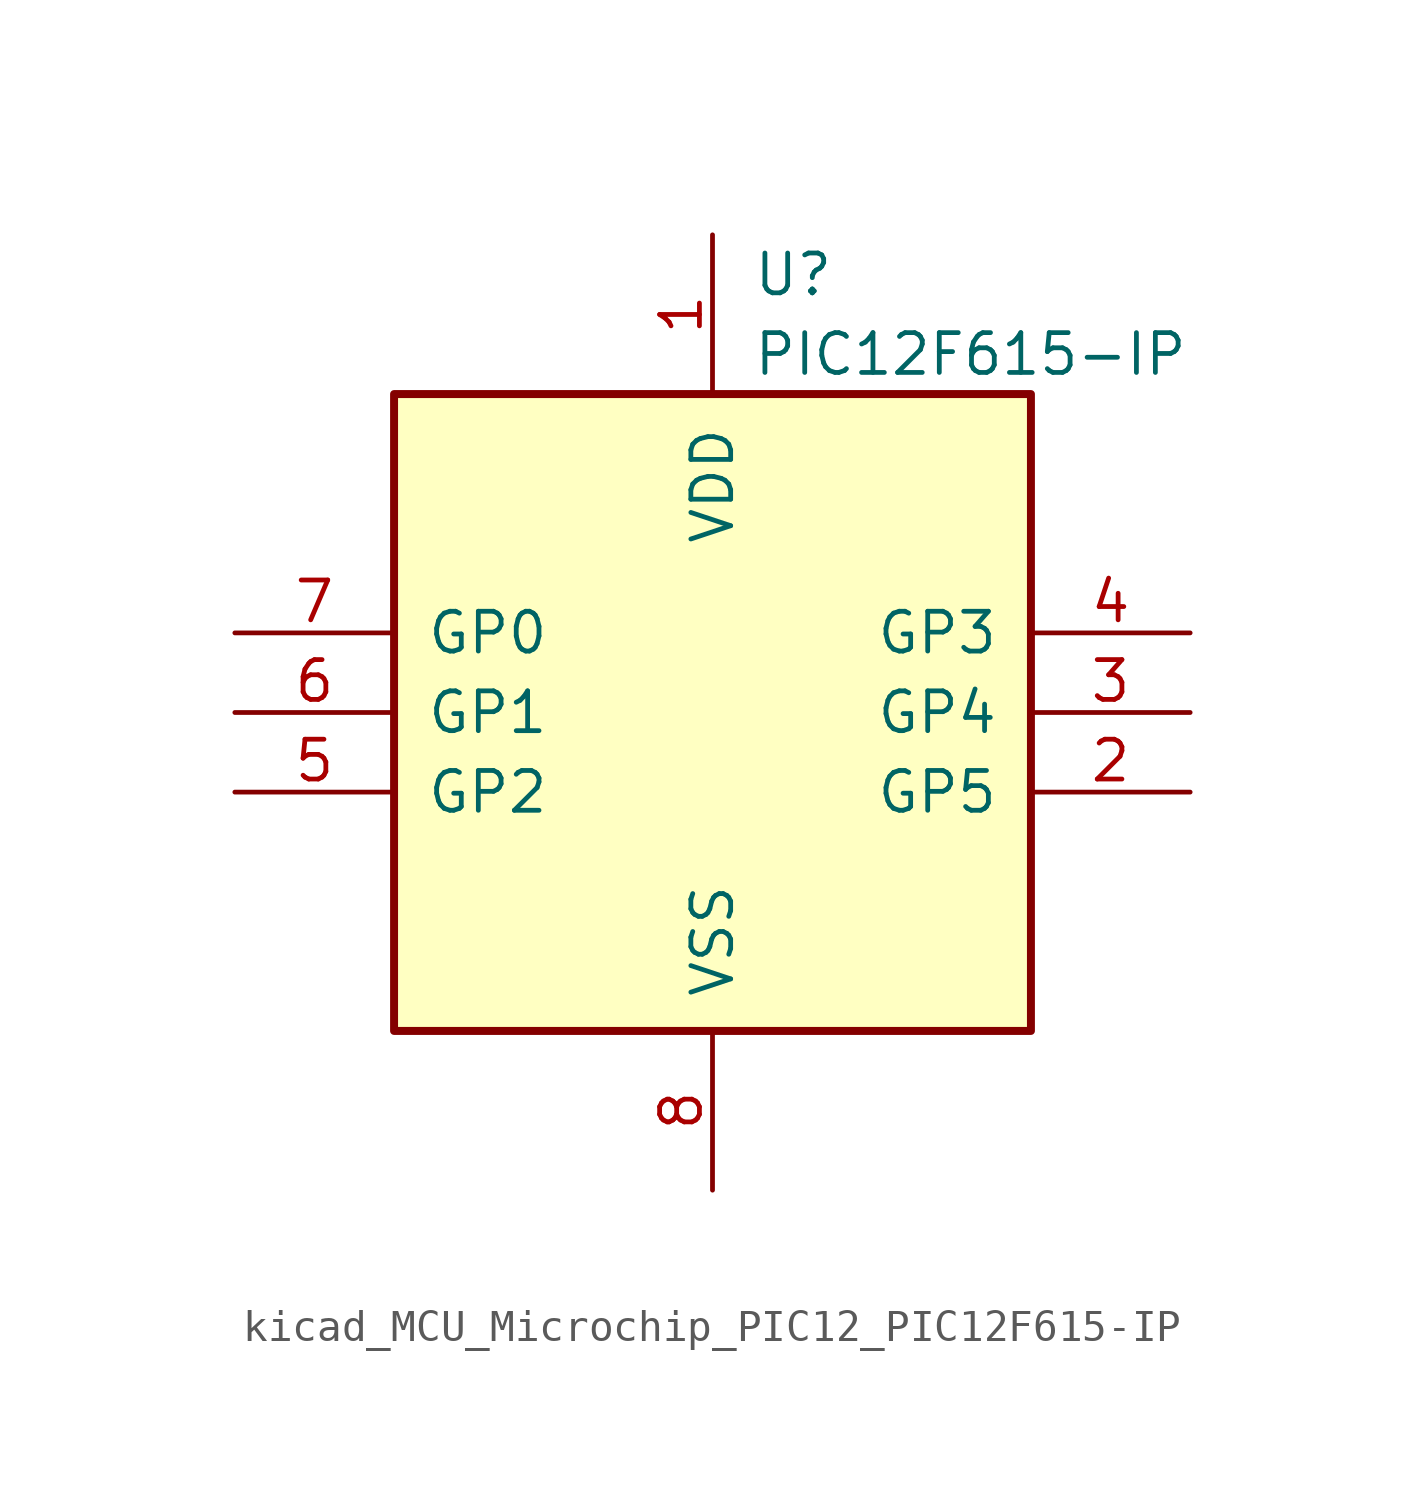
<source format=kicad_sym>
(kicad_symbol_lib
  (version 20220914)
  (generator kicad_symbol_editor)
  (symbol "kicad_MCU_Microchip_PIC12_PIC12F615-IP"
    (pin_names
      (offset 1.016))
    (property "Reference" "U"
      (at 1.27 13.97 0)
      (effects (font (size 1.27 1.27)) (justify left)))
    (property "Value" "PIC12F615-IP"
      (at 1.27 11.43 0)
      (effects (font (size 1.27 1.27)) (justify left)))
    (symbol "kicad_MCU_Microchip_PIC12_PIC12F615-IP_0_1"
      (rectangle (start 10.16 -10.16) (end -10.16 10.16) (stroke (width 0.254) (type default)) (fill (type background))))
    (symbol "kicad_MCU_Microchip_PIC12_PIC12F615-IP_1_1"
      (pin power_in line (at 0 15.24 270) (length 5.08) (name "VDD" (effects (font (size 1.27 1.27)))) (number "1" (effects (font (size 1.27 1.27)))))
      (pin bidirectional line (at 15.24 -2.54 180) (length 5.08) (name "GP5" (effects (font (size 1.27 1.27)))) (number "2" (effects (font (size 1.27 1.27)))))
      (pin bidirectional line (at 15.24 0 180) (length 5.08) (name "GP4" (effects (font (size 1.27 1.27)))) (number "3" (effects (font (size 1.27 1.27)))))
      (pin input line (at 15.24 2.54 180) (length 5.08) (name "GP3" (effects (font (size 1.27 1.27)))) (number "4" (effects (font (size 1.27 1.27)))))
      (pin bidirectional line (at -15.24 -2.54 0) (length 5.08) (name "GP2" (effects (font (size 1.27 1.27)))) (number "5" (effects (font (size 1.27 1.27)))))
      (pin bidirectional line (at -15.24 0 0) (length 5.08) (name "GP1" (effects (font (size 1.27 1.27)))) (number "6" (effects (font (size 1.27 1.27)))))
      (pin bidirectional line (at -15.24 2.54 0) (length 5.08) (name "GP0" (effects (font (size 1.27 1.27)))) (number "7" (effects (font (size 1.27 1.27)))))
      (pin power_in line (at 0 -15.24 90) (length 5.08) (name "VSS" (effects (font (size 1.27 1.27)))) (number "8" (effects (font (size 1.27 1.27))))))))
</source>
